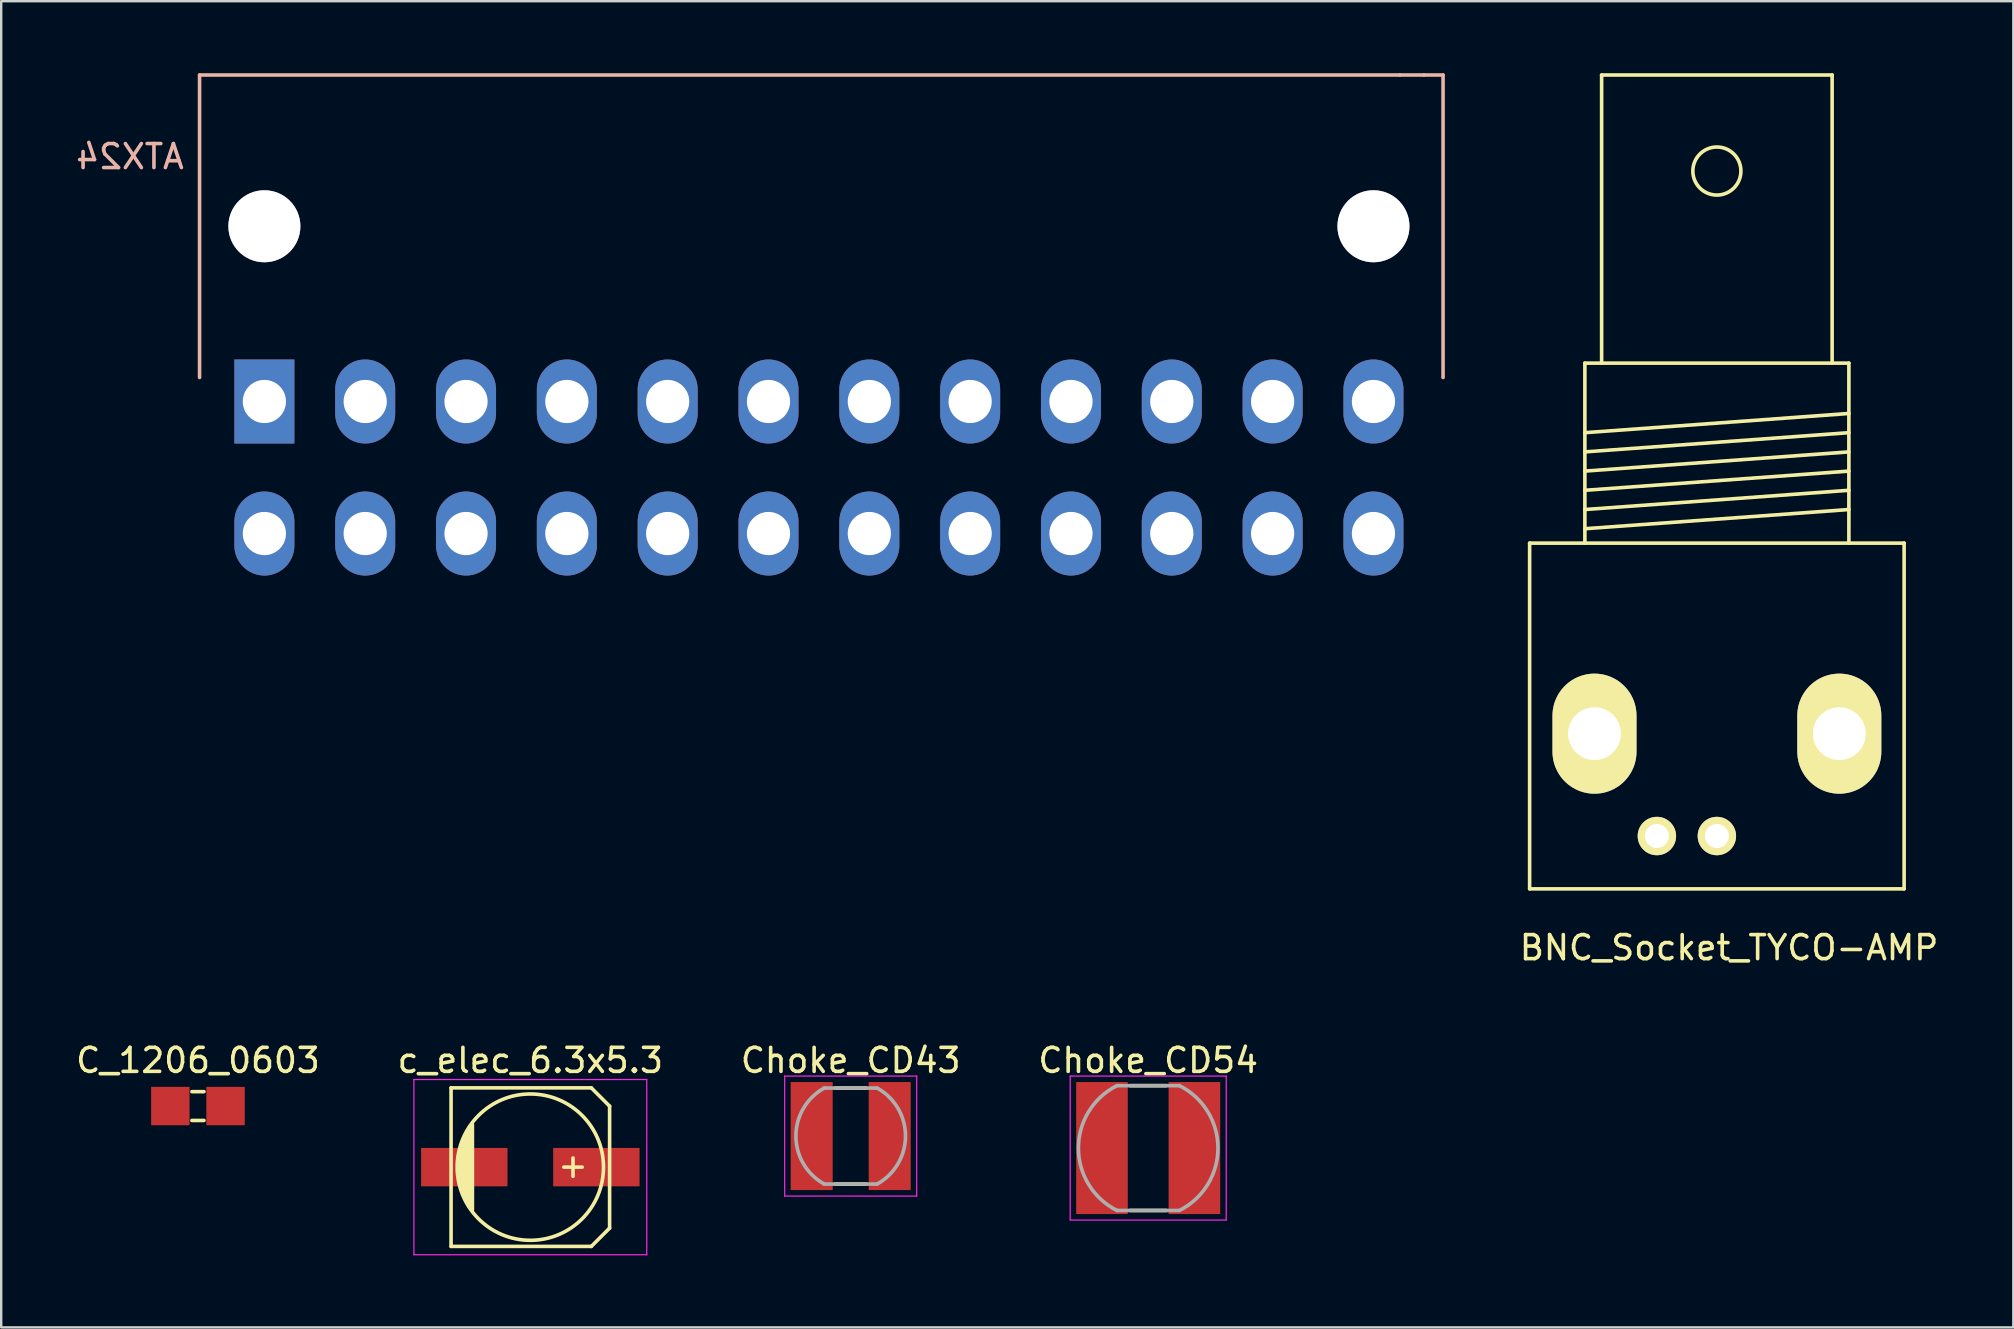
<source format=kicad_pcb>
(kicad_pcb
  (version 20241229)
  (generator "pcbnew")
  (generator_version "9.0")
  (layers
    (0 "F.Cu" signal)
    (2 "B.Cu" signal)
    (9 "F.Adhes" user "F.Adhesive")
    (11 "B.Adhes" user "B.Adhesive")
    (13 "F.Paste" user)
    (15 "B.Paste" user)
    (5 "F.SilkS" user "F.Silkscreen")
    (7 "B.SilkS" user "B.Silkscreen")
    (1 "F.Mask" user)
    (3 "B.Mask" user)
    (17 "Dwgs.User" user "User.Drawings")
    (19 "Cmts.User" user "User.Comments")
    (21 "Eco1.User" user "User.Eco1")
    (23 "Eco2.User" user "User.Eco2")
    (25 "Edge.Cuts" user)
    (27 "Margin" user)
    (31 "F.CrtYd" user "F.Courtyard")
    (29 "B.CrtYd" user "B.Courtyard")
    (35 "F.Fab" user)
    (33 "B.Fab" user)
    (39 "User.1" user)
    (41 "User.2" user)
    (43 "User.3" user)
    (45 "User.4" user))
  (footprint "C_1206_0603"
    (layer "F.Cu")
    (at 5.196 43.024)
    (property "Reference" "C_1206_0603" (at 0 -1.9 0) (layer "F.SilkS") (effects (font (size 1 1) (thickness 0.15))))
    (attr smd)
    (fp_line (start -0.25 -0.6) (end 0.25 -0.6) (stroke (width 0.15) (type solid)) (layer "F.SilkS"))
    (fp_line (start 0.25 0.6) (end -0.25 0.6) (stroke (width 0.15) (type solid)) (layer "F.SilkS"))
    (pad "1" smd rect (at -1.15 0) (size 1.6 1.6) (layers "F.Cu" "F.Mask" "F.Paste"))
    (pad "2" smd rect (at 1.15 0) (size 1.6 1.6) (layers "F.Cu" "F.Mask" "F.Paste")))
  (footprint "Choke_CD43"
    (layer "F.Cu")
    (at 32.387 44.274)
    (property "Reference" "Choke_CD43" (at 0 -3.15 180) (layer "F.SilkS") (effects (font (size 1 1) (thickness 0.15))))
    (attr smd)
    (fp_line (start -0.65 -2) (end 0.65 -2) (stroke (width 0.15) (type solid)) (layer "F.SilkS"))
    (fp_line (start -0.65 2) (end 0.65 2) (stroke (width 0.15) (type solid)) (layer "F.SilkS"))
    (fp_line (start -2.75 -2.5) (end 2.75 -2.5) (stroke (width 0.05) (type solid)) (layer "F.CrtYd"))
    (fp_line (start -2.75 2.5) (end -2.75 -2.5) (stroke (width 0.05) (type solid)) (layer "F.CrtYd"))
    (fp_line (start 2.75 -2.5) (end 2.75 2.5) (stroke (width 0.05) (type solid)) (layer "F.CrtYd"))
    (fp_line (start 2.75 2.5) (end -2.75 2.5) (stroke (width 0.05) (type solid)) (layer "F.CrtYd"))
    (fp_line (start -1.1 -2) (end 1.1 -2) (stroke (width 0.15) (type solid)) (layer "F.Fab"))
    (fp_line (start -1.1 2) (end 1.1 2) (stroke (width 0.15) (type solid)) (layer "F.Fab"))
    (fp_arc (start -1.1 2) (mid -2.28254 0.003554) (end -1.106222 -1.996565) (stroke (width 0.15) (type solid)) (layer "F.Fab"))
    (fp_arc (start 1.1 -2) (mid 2.28254 -0.003554) (end 1.106222 1.996565) (stroke (width 0.15) (type solid)) (layer "F.Fab"))
    (pad "1" smd rect (at -1.625 0 90) (size 4.5 1.75) (layers "F.Cu" "F.Mask" "F.Paste"))
    (pad "2" smd rect (at 1.625 0 90) (size 4.5 1.75) (layers "F.Cu" "F.Mask" "F.Paste")))
  (footprint "c_elec_6.3x5.3"
    (layer "F.Cu")
    (at 19.042 45.569)
    (property "Reference" "c_elec_6.3x5.3" (at 0 -4.445 0) (layer "F.SilkS") (effects (font (size 1 1) (thickness 0.15))))
    (attr smd)
    (fp_line (start -3.302 -3.302) (end -3.302 3.302) (stroke (width 0.15) (type solid)) (layer "F.SilkS"))
    (fp_line (start -3.302 3.302) (end 2.54 3.302) (stroke (width 0.15) (type solid)) (layer "F.SilkS"))
    (fp_line (start -2.921 -0.762) (end -2.921 0.762) (stroke (width 0.15) (type solid)) (layer "F.SilkS"))
    (fp_line (start -2.794 1.143) (end -2.794 -1.143) (stroke (width 0.15) (type solid)) (layer "F.SilkS"))
    (fp_line (start -2.667 -1.397) (end -2.667 1.397) (stroke (width 0.15) (type solid)) (layer "F.SilkS"))
    (fp_line (start -2.54 1.651) (end -2.54 -1.651) (stroke (width 0.15) (type solid)) (layer "F.SilkS"))
    (fp_line (start -2.413 -1.778) (end -2.413 1.778) (stroke (width 0.15) (type solid)) (layer "F.SilkS"))
    (fp_line (start 1.778 -0.381) (end 1.778 0.381) (stroke (width 0.15) (type solid)) (layer "F.SilkS"))
    (fp_line (start 2.159 0) (end 1.397 0) (stroke (width 0.15) (type solid)) (layer "F.SilkS"))
    (fp_line (start 2.54 -3.302) (end -3.302 -3.302) (stroke (width 0.15) (type solid)) (layer "F.SilkS"))
    (fp_line (start 2.54 3.302) (end 3.302 2.54) (stroke (width 0.15) (type solid)) (layer "F.SilkS"))
    (fp_line (start 3.302 -2.54) (end 2.54 -3.302) (stroke (width 0.15) (type solid)) (layer "F.SilkS"))
    (fp_line (start 3.302 2.54) (end 3.302 -2.54) (stroke (width 0.15) (type solid)) (layer "F.SilkS"))
    (fp_circle (center 0 0) (end -3.048 0) (stroke (width 0.15) (type solid)) (fill no) (layer "F.SilkS"))
    (fp_line (start -4.85 -3.65) (end 4.85 -3.65) (stroke (width 0.05) (type solid)) (layer "F.CrtYd"))
    (fp_line (start -4.85 3.65) (end -4.85 -3.65) (stroke (width 0.05) (type solid)) (layer "F.CrtYd"))
    (fp_line (start 4.85 -3.65) (end 4.85 3.65) (stroke (width 0.05) (type solid)) (layer "F.CrtYd"))
    (fp_line (start 4.85 3.65) (end -4.85 3.65) (stroke (width 0.05) (type solid)) (layer "F.CrtYd"))
    (pad "1" smd rect (at 2.751 0) (size 3.599 1.6) (layers "F.Cu" "F.Mask" "F.Paste"))
    (pad "2" smd rect (at -2.751 0) (size 3.599 1.6) (layers "F.Cu" "F.Mask" "F.Paste")))
  (footprint "Choke_CD54"
    (layer "F.Cu")
    (at 44.78 44.774)
    (property "Reference" "Choke_CD54" (at 0 -3.65 180) (layer "F.SilkS") (effects (font (size 1 1) (thickness 0.15))))
    (attr smd)
    (fp_line (start -0.75 -2.6) (end 0.75 -2.6) (stroke (width 0.15) (type solid)) (layer "F.SilkS"))
    (fp_line (start -0.75 2.6) (end 0.75 2.6) (stroke (width 0.15) (type solid)) (layer "F.SilkS"))
    (fp_line (start -3.25 -3) (end 3.25 -3) (stroke (width 0.05) (type solid)) (layer "F.CrtYd"))
    (fp_line (start -3.25 3) (end -3.25 -3) (stroke (width 0.05) (type solid)) (layer "F.CrtYd"))
    (fp_line (start 3.25 -3) (end 3.25 3) (stroke (width 0.05) (type solid)) (layer "F.CrtYd"))
    (fp_line (start 3.25 3) (end -3.25 3) (stroke (width 0.05) (type solid)) (layer "F.CrtYd"))
    (fp_line (start -1.3 -2.6) (end 1.3 -2.6) (stroke (width 0.15) (type solid)) (layer "F.Fab"))
    (fp_line (start -1.3 2.6) (end 1.3 2.6) (stroke (width 0.15) (type solid)) (layer "F.Fab"))
    (fp_arc (start -1.3 2.6) (mid -2.906873 0.009383) (end -1.316758 -2.591553) (stroke (width 0.15) (type solid)) (layer "F.Fab"))
    (fp_arc (start 1.3 -2.6) (mid 2.906873 -0.009383) (end 1.316758 2.591553) (stroke (width 0.15) (type solid)) (layer "F.Fab"))
    (pad "1" smd rect (at -1.925 0 90) (size 5.5 2.15) (layers "F.Cu" "F.Mask" "F.Paste"))
    (pad "2" smd rect (at 1.925 0 90) (size 5.5 2.15) (layers "F.Cu" "F.Mask" "F.Paste")))
  (footprint "BNC_Socket_TYCO-AMP"
    (layer "F.Cu")
    (at 68.469 26.775)
    (property "Reference" "BNC_Socket_TYCO-AMP" (at 0.508 9.652 0) (layer "F.SilkS") (effects (font (size 1 1) (thickness 0.15))))
    (attr through_hole)
    (fp_line (start -7.8 -7.201) (end -7.8 7.201) (stroke (width 0.15) (type solid)) (layer "F.SilkS"))
    (fp_line (start -7.8 7.201) (end 7.8 7.201) (stroke (width 0.15) (type solid)) (layer "F.SilkS"))
    (fp_line (start -5.499 -14.699) (end -5.499 -7.201) (stroke (width 0.15) (type solid)) (layer "F.SilkS"))
    (fp_line (start -5.499 -11.801) (end 5.499 -12.601) (stroke (width 0.15) (type solid)) (layer "F.SilkS"))
    (fp_line (start -5.499 -11.001) (end 5.499 -11.801) (stroke (width 0.15) (type solid)) (layer "F.SilkS"))
    (fp_line (start -5.499 -10.201) (end 5.499 -11.001) (stroke (width 0.15) (type solid)) (layer "F.SilkS"))
    (fp_line (start -5.499 -9.401) (end 5.499 -10.201) (stroke (width 0.15) (type solid)) (layer "F.SilkS"))
    (fp_line (start -5.499 -8.6) (end 5.499 -9.401) (stroke (width 0.15) (type solid)) (layer "F.SilkS"))
    (fp_line (start -5.499 -7.8) (end 5.499 -8.6) (stroke (width 0.15) (type solid)) (layer "F.SilkS"))
    (fp_line (start -4.801 -26.7) (end -4.801 -14.699) (stroke (width 0.15) (type solid)) (layer "F.SilkS"))
    (fp_line (start 4.801 -26.7) (end -4.801 -26.7) (stroke (width 0.15) (type solid)) (layer "F.SilkS"))
    (fp_line (start 4.801 -14.699) (end 4.801 -26.7) (stroke (width 0.15) (type solid)) (layer "F.SilkS"))
    (fp_line (start 5.499 -14.699) (end -5.499 -14.699) (stroke (width 0.15) (type solid)) (layer "F.SilkS"))
    (fp_line (start 5.499 -7.201) (end 5.499 -14.699) (stroke (width 0.15) (type solid)) (layer "F.SilkS"))
    (fp_line (start 7.8 -7.201) (end -7.8 -7.201) (stroke (width 0.15) (type solid)) (layer "F.SilkS"))
    (fp_line (start 7.8 7.201) (end 7.8 -7.201) (stroke (width 0.15) (type solid)) (layer "F.SilkS"))
    (fp_circle (center 0 -22.7) (end 1.001 -22.7) (stroke (width 0.15) (type solid)) (fill no) (layer "F.SilkS"))
    (pad "1" thru_hole circle (at 0 5.001) (size 1.6 1.6) (drill 1.001) (layers "*.Cu" "*.Mask" "F.SilkS"))
    (pad "2" thru_hole oval (at -5.098 0.737) (size 3.5 5.001) (drill 2.2) (layers "*.Cu" "*.Mask" "F.SilkS"))
    (pad "2" thru_hole circle (at -2.499 5.001) (size 1.6 1.6) (drill 1.001) (layers "*.Cu" "*.Mask" "F.SilkS"))
    (pad "2" thru_hole oval (at 5.1 0.737) (size 3.5 5.001) (drill 2.2) (layers "*.Cu" "*.Mask" "F.SilkS")))
  (footprint "ATX24"
    (layer "F.Cu")
    (at 7.963 13.675)
    (property "Reference" "ATX24" (at -5.6 -10.2 0) (layer "B.SilkS") (effects (font (size 1 1) (thickness 0.15)) (justify mirror)))
    (attr through_hole)
    (fp_line (start -2.7 -13.6) (end -2.7 -1) (stroke (width 0.15) (type solid)) (layer "B.SilkS"))
    (fp_line (start -2.7 -13.6) (end 47.3 -13.6) (stroke (width 0.15) (type solid)) (layer "B.SilkS"))
    (fp_line (start 47.3 -13.6) (end 48.3 -13.6) (stroke (width 0.15) (type solid)) (layer "B.SilkS"))
    (fp_line (start 48.3 -13.6) (end 49.1 -13.6) (stroke (width 0.15) (type solid)) (layer "B.SilkS"))
    (fp_line (start 49.1 -13.6) (end 49.1 -1) (stroke (width 0.15) (type solid)) (layer "B.SilkS"))
    (pad "1" thru_hole rect (at 0 0 90) (size 3.5 2.5) (drill 1.8) (layers "*.Cu" "*.Mask"))
    (pad "2" thru_hole oval (at 4.2 0 90) (size 3.5 2.5) (drill 1.8) (layers "*.Cu" "*.Mask"))
    (pad "3" thru_hole oval (at 8.4 0 90) (size 3.5 2.5) (drill 1.8) (layers "*.Cu" "*.Mask"))
    (pad "4" thru_hole oval (at 12.6 0 90) (size 3.5 2.5) (drill 1.8) (layers "*.Cu" "*.Mask"))
    (pad "5" thru_hole oval (at 16.8 0 90) (size 3.5 2.5) (drill 1.8) (layers "*.Cu" "*.Mask"))
    (pad "6" thru_hole oval (at 21 0 90) (size 3.5 2.5) (drill 1.8) (layers "*.Cu" "*.Mask"))
    (pad "7" thru_hole oval (at 25.2 0 90) (size 3.5 2.5) (drill 1.8) (layers "*.Cu" "*.Mask"))
    (pad "8" thru_hole oval (at 29.4 0 90) (size 3.5 2.5) (drill 1.8) (layers "*.Cu" "*.Mask"))
    (pad "9" thru_hole oval (at 33.6 0 90) (size 3.5 2.5) (drill 1.8) (layers "*.Cu" "*.Mask"))
    (pad "10" thru_hole oval (at 37.8 0 90) (size 3.5 2.5) (drill 1.8) (layers "*.Cu" "*.Mask"))
    (pad "11" thru_hole oval (at 42 0 90) (size 3.5 2.5) (drill 1.8) (layers "*.Cu" "*.Mask"))
    (pad "12" thru_hole oval (at 46.2 0 90) (size 3.5 2.5) (drill 1.8) (layers "*.Cu" "*.Mask"))
    (pad "13" thru_hole oval (at 46.2 5.5 90) (size 3.5 2.5) (drill 1.8) (layers "*.Cu" "*.Mask"))
    (pad "14" thru_hole oval (at 42 5.5 90) (size 3.5 2.5) (drill 1.8) (layers "*.Cu" "*.Mask"))
    (pad "15" thru_hole oval (at 37.8 5.5 90) (size 3.5 2.5) (drill 1.8) (layers "*.Cu" "*.Mask"))
    (pad "16" thru_hole oval (at 33.6 5.5 90) (size 3.5 2.5) (drill 1.8) (layers "*.Cu" "*.Mask"))
    (pad "17" thru_hole oval (at 29.4 5.5 90) (size 3.5 2.5) (drill 1.8) (layers "*.Cu" "*.Mask"))
    (pad "18" thru_hole oval (at 25.2 5.5 90) (size 3.5 2.5) (drill 1.8) (layers "*.Cu" "*.Mask"))
    (pad "19" thru_hole oval (at 21 5.5 90) (size 3.5 2.5) (drill 1.8) (layers "*.Cu" "*.Mask"))
    (pad "20" thru_hole oval (at 16.8 5.5 90) (size 3.5 2.5) (drill 1.8) (layers "*.Cu" "*.Mask"))
    (pad "21" thru_hole oval (at 12.6 5.5 90) (size 3.5 2.5) (drill 1.8) (layers "*.Cu" "*.Mask"))
    (pad "22" thru_hole oval (at 8.4 5.5 90) (size 3.5 2.5) (drill 1.8) (layers "*.Cu" "*.Mask"))
    (pad "23" thru_hole oval (at 4.2 5.5 90) (size 3.5 2.5) (drill 1.8) (layers "*.Cu" "*.Mask"))
    (pad "24" thru_hole oval (at 0 5.5 90) (size 3.5 2.5) (drill 1.8) (layers "*.Cu" "*.Mask"))
    (pad "25" thru_hole circle (at 46.2 -7.3 90) (size 3 3) (drill 3) (layers "*.Cu" "*.Mask"))
    (pad "26" thru_hole circle (at 0 -7.3 90) (size 3 3) (drill 3) (layers "*.Cu" "*.Mask")))
  (gr_rect
    (start -3 -3)
    (end 80.817 52.244)
    (stroke (width 0.1) (type default))
    (fill no)
    (layer "Edge.Cuts")))
</source>
